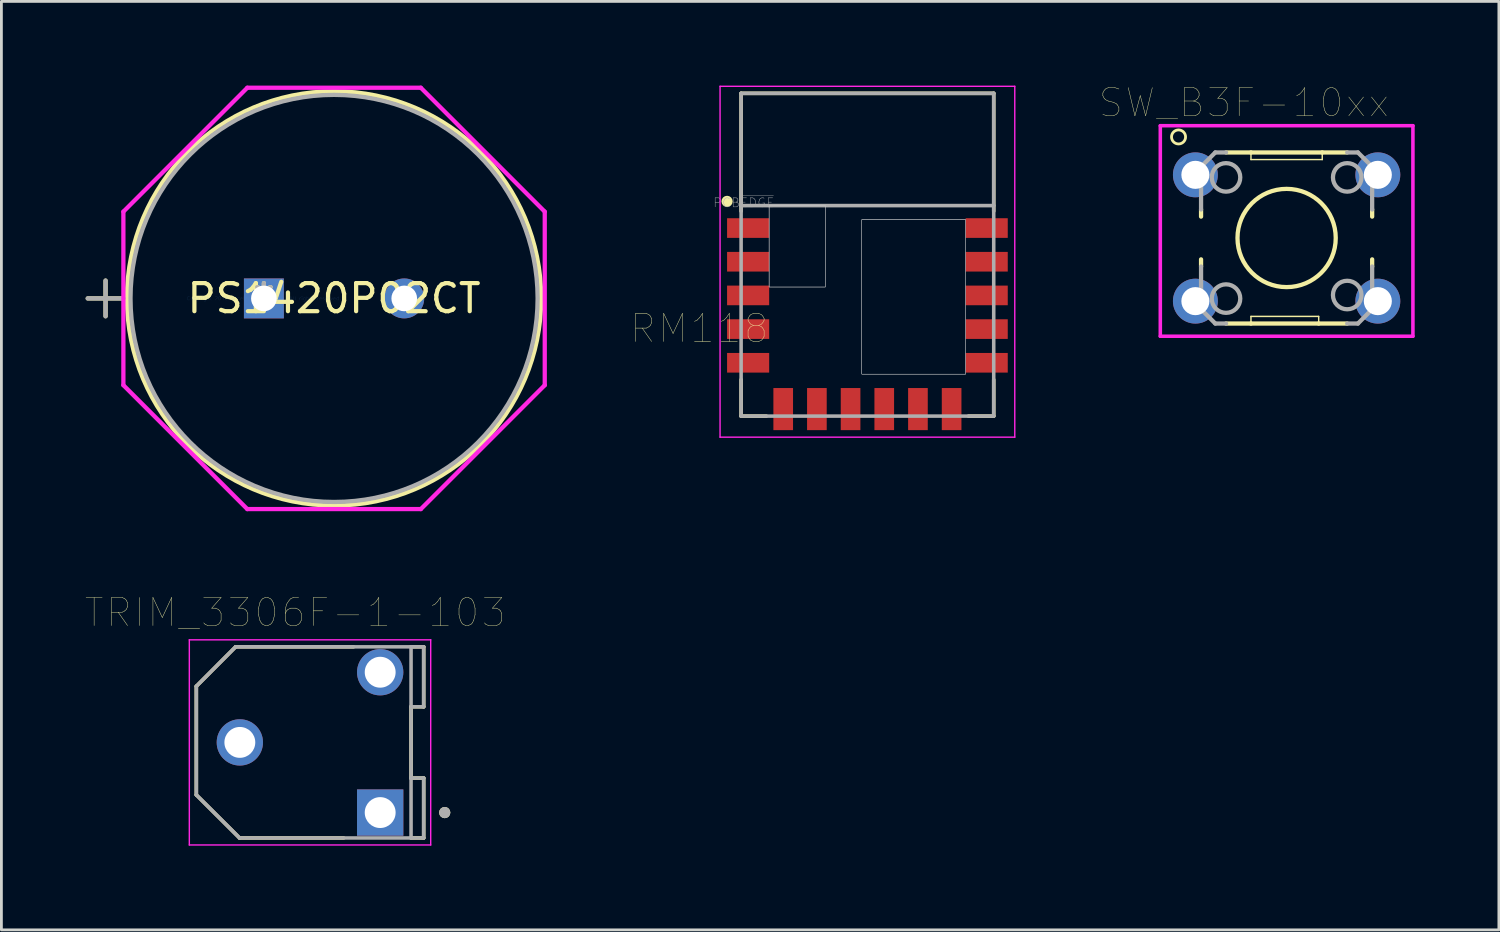
<source format=kicad_pcb>
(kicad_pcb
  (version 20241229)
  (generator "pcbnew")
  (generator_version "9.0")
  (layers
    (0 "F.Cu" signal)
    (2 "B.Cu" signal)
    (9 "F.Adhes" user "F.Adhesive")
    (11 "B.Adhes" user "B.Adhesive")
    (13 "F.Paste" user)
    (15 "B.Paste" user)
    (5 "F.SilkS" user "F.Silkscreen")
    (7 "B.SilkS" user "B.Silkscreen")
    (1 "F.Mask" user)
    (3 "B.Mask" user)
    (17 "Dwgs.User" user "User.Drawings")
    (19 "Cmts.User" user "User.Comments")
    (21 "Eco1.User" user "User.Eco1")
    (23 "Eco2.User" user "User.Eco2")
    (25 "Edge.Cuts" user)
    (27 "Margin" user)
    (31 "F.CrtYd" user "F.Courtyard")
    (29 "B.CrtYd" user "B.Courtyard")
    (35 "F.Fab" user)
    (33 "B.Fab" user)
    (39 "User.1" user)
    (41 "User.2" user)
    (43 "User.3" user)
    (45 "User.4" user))
  (footprint "TRIM_3306F-1-103"
    (layer "F.Cu")
    (at 7.995 23.4)
    (property "Reference" "TRIM_3306F-1-103" (at -0.525 -4.625 0) (layer "F.SilkS") (effects (font (size 1 1) (thickness 0.015))))
    (attr through_hole)
    (fp_line (start -4.05 -2) (end -4.05 1.87) (stroke (width 0.127) (type solid)) (layer "F.SilkS"))
    (fp_line (start -4.05 1.87) (end -2.51 3.405) (stroke (width 0.127) (type solid)) (layer "F.SilkS"))
    (fp_line (start -2.65 -3.405) (end -4.05 -2) (stroke (width 0.127) (type solid)) (layer "F.SilkS"))
    (fp_line (start -2.51 3.405) (end 1.2 3.405) (stroke (width 0.127) (type solid)) (layer "F.SilkS"))
    (fp_line (start 1.55 -3.405) (end -2.65 -3.405) (stroke (width 0.127) (type solid)) (layer "F.SilkS"))
    (fp_line (start 3.6 -3.405) (end 4.05 -3.405) (stroke (width 0.127) (type solid)) (layer "F.SilkS"))
    (fp_line (start 3.6 -1.27) (end 3.6 1.27) (stroke (width 0.127) (type solid)) (layer "F.SilkS"))
    (fp_line (start 3.6 1.27) (end 4.05 1.27) (stroke (width 0.127) (type solid)) (layer "F.SilkS"))
    (fp_line (start 3.6 1.28) (end 3.6 1.27) (stroke (width 0.127) (type solid)) (layer "F.SilkS"))
    (fp_line (start 4.05 -3.405) (end 4.05 -1.27) (stroke (width 0.127) (type solid)) (layer "F.SilkS"))
    (fp_line (start 4.05 -1.27) (end 3.6 -1.27) (stroke (width 0.127) (type solid)) (layer "F.SilkS"))
    (fp_line (start 4.05 1.27) (end 4.05 3.405) (stroke (width 0.127) (type solid)) (layer "F.SilkS"))
    (fp_line (start 4.05 3.405) (end 3.6 3.405) (stroke (width 0.127) (type solid)) (layer "F.SilkS"))
    (fp_circle (center 4.8 2.5) (end 4.9 2.5) (stroke (width 0.2) (type solid)) (fill no) (layer "F.SilkS"))
    (fp_line (start -4.3 -3.655) (end 4.3 -3.655) (stroke (width 0.05) (type solid)) (layer "F.CrtYd"))
    (fp_line (start -4.3 3.655) (end -4.3 -3.655) (stroke (width 0.05) (type solid)) (layer "F.CrtYd"))
    (fp_line (start 4.3 -3.655) (end 4.3 3.655) (stroke (width 0.05) (type solid)) (layer "F.CrtYd"))
    (fp_line (start 4.3 3.655) (end -4.3 3.655) (stroke (width 0.05) (type solid)) (layer "F.CrtYd"))
    (fp_line (start -4.05 -2) (end -4.05 1.87) (stroke (width 0.127) (type solid)) (layer "F.Fab"))
    (fp_line (start -4.05 1.87) (end -2.51 3.405) (stroke (width 0.127) (type solid)) (layer "F.Fab"))
    (fp_line (start -2.65 -3.405) (end -4.05 -2) (stroke (width 0.127) (type solid)) (layer "F.Fab"))
    (fp_line (start -2.51 3.405) (end 3.6 3.405) (stroke (width 0.127) (type solid)) (layer "F.Fab"))
    (fp_line (start 3.6 -3.405) (end -2.65 -3.405) (stroke (width 0.127) (type solid)) (layer "F.Fab"))
    (fp_line (start 3.6 -3.405) (end 4.05 -3.405) (stroke (width 0.127) (type solid)) (layer "F.Fab"))
    (fp_line (start 3.6 -1.27) (end 3.6 -3.405) (stroke (width 0.127) (type solid)) (layer "F.Fab"))
    (fp_line (start 3.6 1.27) (end 3.6 -1.27) (stroke (width 0.127) (type solid)) (layer "F.Fab"))
    (fp_line (start 3.6 1.27) (end 4.05 1.27) (stroke (width 0.127) (type solid)) (layer "F.Fab"))
    (fp_line (start 3.6 3.405) (end 3.6 1.27) (stroke (width 0.127) (type solid)) (layer "F.Fab"))
    (fp_line (start 4.05 -3.405) (end 4.05 -1.27) (stroke (width 0.127) (type solid)) (layer "F.Fab"))
    (fp_line (start 4.05 -1.27) (end 3.6 -1.27) (stroke (width 0.127) (type solid)) (layer "F.Fab"))
    (fp_line (start 4.05 1.27) (end 4.05 3.405) (stroke (width 0.127) (type solid)) (layer "F.Fab"))
    (fp_line (start 4.05 3.405) (end 3.6 3.405) (stroke (width 0.127) (type solid)) (layer "F.Fab"))
    (fp_circle (center 4.8 2.5) (end 4.9 2.5) (stroke (width 0.2) (type solid)) (fill no) (layer "F.Fab"))
    (pad "1" thru_hole rect (at 2.5 2.5) (size 1.65 1.65) (drill 1.1) (layers "*.Cu" "*.Mask"))
    (pad "2" thru_hole circle (at -2.5 0) (size 1.65 1.65) (drill 1.1) (layers "*.Cu" "*.Mask"))
    (pad "3" thru_hole circle (at 2.5 -2.5) (size 1.65 1.65) (drill 1.1) (layers "*.Cu" "*.Mask")))
  (footprint "SW_B3F-10xx"
    (layer "F.Cu")
    (at 42.789 5.429)
    (property "Reference" "SW_B3F-10xx" (at -1.523 -4.818 0) (layer "F.SilkS") (effects (font (size 1 1) (thickness 0.015))))
    (attr through_hole)
    (fp_line (start -3.048 -0.762) (end -3.048 -1.016) (stroke (width 0.152) (type solid)) (layer "F.SilkS"))
    (fp_line (start -3.048 0.762) (end -3.048 1.016) (stroke (width 0.152) (type solid)) (layer "F.SilkS"))
    (fp_line (start -2.159 3.048) (end -1.27 3.048) (stroke (width 0.152) (type solid)) (layer "F.SilkS"))
    (fp_line (start -1.27 -3.048) (end -2.159 -3.048) (stroke (width 0.152) (type solid)) (layer "F.SilkS"))
    (fp_line (start -1.27 -3.048) (end -1.27 -2.794) (stroke (width 0.051) (type solid)) (layer "F.SilkS"))
    (fp_line (start -1.27 2.794) (end -1.27 3.048) (stroke (width 0.051) (type solid)) (layer "F.SilkS"))
    (fp_line (start -1.27 3.048) (end 1.143 3.048) (stroke (width 0.152) (type solid)) (layer "F.SilkS"))
    (fp_line (start 1.143 2.794) (end -1.27 2.794) (stroke (width 0.051) (type solid)) (layer "F.SilkS"))
    (fp_line (start 1.143 2.794) (end 1.143 3.048) (stroke (width 0.051) (type solid)) (layer "F.SilkS"))
    (fp_line (start 1.143 3.048) (end 2.159 3.048) (stroke (width 0.152) (type solid)) (layer "F.SilkS"))
    (fp_line (start 1.27 -3.048) (end -1.27 -3.048) (stroke (width 0.152) (type solid)) (layer "F.SilkS"))
    (fp_line (start 1.27 -2.794) (end -1.27 -2.794) (stroke (width 0.051) (type solid)) (layer "F.SilkS"))
    (fp_line (start 1.27 -2.794) (end 1.27 -3.048) (stroke (width 0.051) (type solid)) (layer "F.SilkS"))
    (fp_line (start 2.159 -3.048) (end 1.27 -3.048) (stroke (width 0.152) (type solid)) (layer "F.SilkS"))
    (fp_line (start 3.048 -0.762) (end 3.048 -1.016) (stroke (width 0.152) (type solid)) (layer "F.SilkS"))
    (fp_line (start 3.048 0.762) (end 3.048 1.016) (stroke (width 0.152) (type solid)) (layer "F.SilkS"))
    (fp_circle (center -3.85 -3.6) (end -3.6 -3.6) (stroke (width 0.1) (type solid)) (fill no) (layer "F.SilkS"))
    (fp_circle (center 0 0) (end 1.75 0) (stroke (width 0.152) (type solid)) (fill no) (layer "F.SilkS"))
    (fp_line (start -4.5 -4) (end 4.5 -4) (stroke (width 0.127) (type solid)) (layer "F.CrtYd"))
    (fp_line (start -4.5 3.5) (end -4.5 -4) (stroke (width 0.127) (type solid)) (layer "F.CrtYd"))
    (fp_line (start 4.5 -4) (end 4.5 3.5) (stroke (width 0.127) (type solid)) (layer "F.CrtYd"))
    (fp_line (start 4.5 3.5) (end -4.5 3.5) (stroke (width 0.127) (type solid)) (layer "F.CrtYd"))
    (fp_line (start -3.048 -2.54) (end -3.048 -1.016) (stroke (width 0.152) (type solid)) (layer "F.Fab"))
    (fp_line (start -3.048 2.54) (end -3.048 1.016) (stroke (width 0.152) (type solid)) (layer "F.Fab"))
    (fp_line (start -2.54 -3.048) (end -3.048 -2.54) (stroke (width 0.152) (type solid)) (layer "F.Fab"))
    (fp_line (start -2.54 -3.048) (end -2.159 -3.048) (stroke (width 0.152) (type solid)) (layer "F.Fab"))
    (fp_line (start -2.54 3.048) (end -3.048 2.54) (stroke (width 0.152) (type solid)) (layer "F.Fab"))
    (fp_line (start -2.54 3.048) (end -2.159 3.048) (stroke (width 0.152) (type solid)) (layer "F.Fab"))
    (fp_line (start 2.54 -3.048) (end 2.159 -3.048) (stroke (width 0.152) (type solid)) (layer "F.Fab"))
    (fp_line (start 2.54 3.048) (end 2.159 3.048) (stroke (width 0.152) (type solid)) (layer "F.Fab"))
    (fp_line (start 2.54 3.048) (end 3.048 2.54) (stroke (width 0.152) (type solid)) (layer "F.Fab"))
    (fp_line (start 3.048 -2.54) (end 2.54 -3.048) (stroke (width 0.152) (type solid)) (layer "F.Fab"))
    (fp_line (start 3.048 -1.016) (end 3.048 -2.54) (stroke (width 0.152) (type solid)) (layer "F.Fab"))
    (fp_line (start 3.048 2.54) (end 3.048 1.016) (stroke (width 0.152) (type solid)) (layer "F.Fab"))
    (fp_circle (center -2.159 -2.159) (end -1.651 -2.159) (stroke (width 0.152) (type solid)) (fill no) (layer "F.Fab"))
    (fp_circle (center -2.159 2.159) (end -1.651 2.159) (stroke (width 0.152) (type solid)) (fill no) (layer "F.Fab"))
    (fp_circle (center 2.159 -2.159) (end 2.667 -2.159) (stroke (width 0.152) (type solid)) (fill no) (layer "F.Fab"))
    (fp_circle (center 2.159 2.032) (end 2.667 2.032) (stroke (width 0.152) (type solid)) (fill no) (layer "F.Fab"))
    (pad "1" thru_hole circle (at -3.25 -2.25) (size 1.6 1.6) (drill 1) (layers "*.Cu" "*.Mask"))
    (pad "2" thru_hole circle (at 3.25 -2.25) (size 1.6 1.6) (drill 1) (layers "*.Cu" "*.Mask"))
    (pad "3" thru_hole circle (at -3.25 2.25) (size 1.6 1.6) (drill 1) (layers "*.Cu" "*.Mask"))
    (pad "4" thru_hole circle (at 3.25 2.25) (size 1.6 1.6) (drill 1) (layers "*.Cu" "*.Mask")))
  (footprint "PS1420P02CT"
    (layer "F.Cu")
    (at 6.352 7.582)
    (property "Reference" "PS1420P02CT" (at 2.5 0 0) (layer "F.SilkS") (effects (font (size 1 1) (thickness 0.15))))
    (attr through_hole)
    (fp_line (start -6.276 0) (end -5.006 0) (stroke (width 0.152) (type solid)) (layer "F.SilkS"))
    (fp_line (start -5.641 -0.635) (end -5.641 0.635) (stroke (width 0.152) (type solid)) (layer "F.SilkS"))
    (fp_circle (center 2.5 0) (end 9.879 0) (stroke (width 0.152) (type solid)) (fill no) (layer "F.SilkS"))
    (fp_line (start -5.006 -3.091) (end -0.591 -7.506) (stroke (width 0.152) (type solid)) (layer "F.CrtYd"))
    (fp_line (start -5.006 3.091) (end -5.006 -3.091) (stroke (width 0.152) (type solid)) (layer "F.CrtYd"))
    (fp_line (start -0.591 -7.506) (end 5.591 -7.506) (stroke (width 0.152) (type solid)) (layer "F.CrtYd"))
    (fp_line (start -0.591 7.506) (end -5.006 3.091) (stroke (width 0.152) (type solid)) (layer "F.CrtYd"))
    (fp_line (start 5.591 -7.506) (end 10.006 -3.091) (stroke (width 0.152) (type solid)) (layer "F.CrtYd"))
    (fp_line (start 5.591 7.506) (end -0.591 7.506) (stroke (width 0.152) (type solid)) (layer "F.CrtYd"))
    (fp_line (start 10.006 -3.091) (end 10.006 3.091) (stroke (width 0.152) (type solid)) (layer "F.CrtYd"))
    (fp_line (start 10.006 3.091) (end 5.591 7.506) (stroke (width 0.152) (type solid)) (layer "F.CrtYd"))
    (fp_line (start -6.276 0) (end -5.006 0) (stroke (width 0.152) (type solid)) (layer "F.Fab"))
    (fp_line (start -5.641 -0.635) (end -5.641 0.635) (stroke (width 0.152) (type solid)) (layer "F.Fab"))
    (fp_circle (center 2.5 0) (end 9.752 0) (stroke (width 0.152) (type solid)) (fill no) (layer "F.Fab"))
    (fp_text user "*" (at 0 0 0) (layer "F.SilkS") (effects (font (size 1 1) (thickness 0.15))))
    (fp_text user "Copyright 2016 Accelerated Designs. All rights reserved." (at 0 0 0) (layer "Cmts.User") (effects (font (size 0.127 0.127) (thickness 0.002))))
    (fp_text user "*" (at 0 0 0) (layer "F.Fab") (effects (font (size 1 1) (thickness 0.15))))
    (pad "1" thru_hole rect (at 0 0) (size 1.422 1.422) (drill 0.914) (layers "*.Cu" "*.Mask"))
    (pad "2" thru_hole circle (at 5 0) (size 1.422 1.422) (drill 0.914) (layers "*.Cu" "*.Mask")))
  (footprint "RM118"
    (layer "F.Cu")
    (at 27.854 6.025)
    (property "Reference" "RM118" (at -5.994 2.629 180) (layer "F.SilkS") (effects (font (size 1.002 1.002) (thickness 0.015))))
    (attr through_hole)
    (fp_line (start -4.5 -5.75) (end -4.5 -1.55) (stroke (width 0.127) (type solid)) (layer "F.SilkS"))
    (fp_line (start -4.5 4.45) (end -4.5 5.75) (stroke (width 0.127) (type solid)) (layer "F.SilkS"))
    (fp_line (start -4.5 5.75) (end -3.6 5.75) (stroke (width 0.127) (type solid)) (layer "F.SilkS"))
    (fp_line (start 3.6 5.75) (end 4.5 5.75) (stroke (width 0.127) (type solid)) (layer "F.SilkS"))
    (fp_line (start 4.5 -5.75) (end -4.5 -5.75) (stroke (width 0.127) (type solid)) (layer "F.SilkS"))
    (fp_line (start 4.5 -5.75) (end 4.5 -1.55) (stroke (width 0.127) (type solid)) (layer "F.SilkS"))
    (fp_line (start 4.5 5.75) (end 4.5 4.45) (stroke (width 0.127) (type solid)) (layer "F.SilkS"))
    (fp_circle (center -5 -1.9) (end -4.9 -1.9) (stroke (width 0.2) (type solid)) (fill no) (layer "F.SilkS"))
    (fp_poly (pts (xy -3.507 -1.75) (xy -1.5 -1.75) (xy -1.5 1.152) (xy -3.507 1.152)) (stroke (width 0.01) (type solid)) (fill no) (layer "Dwgs.User"))
    (fp_poly (pts (xy -3.502 -1.75) (xy -1.5 -1.75) (xy -1.5 1.151) (xy -3.502 1.151)) (stroke (width 0.01) (type solid)) (fill no) (layer "Dwgs.User"))
    (fp_poly (pts (xy -3.501 -1.75) (xy -1.5 -1.75) (xy -1.5 1.15) (xy -3.501 1.15)) (stroke (width 0.01) (type solid)) (fill no) (layer "Dwgs.User"))
    (fp_poly (pts (xy -0.2 -1.25) (xy 3.5 -1.25) (xy 3.5 4.256) (xy -0.2 4.256)) (stroke (width 0.01) (type solid)) (fill no) (layer "Dwgs.User"))
    (fp_poly (pts (xy -0.2 -1.25) (xy 3.5 -1.25) (xy 3.5 4.254) (xy -0.2 4.254)) (stroke (width 0.01) (type solid)) (fill no) (layer "Dwgs.User"))
    (fp_poly (pts (xy -0.2 -1.25) (xy 3.5 -1.25) (xy 3.5 4.252) (xy -0.2 4.252)) (stroke (width 0.01) (type solid)) (fill no) (layer "Dwgs.User"))
    (fp_line (start -5.25 -6) (end 5.25 -6) (stroke (width 0.05) (type solid)) (layer "F.CrtYd"))
    (fp_line (start -5.25 6.5) (end -5.25 -6) (stroke (width 0.05) (type solid)) (layer "F.CrtYd"))
    (fp_line (start 5.25 -6) (end 5.25 6.5) (stroke (width 0.05) (type solid)) (layer "F.CrtYd"))
    (fp_line (start 5.25 6.5) (end -5.25 6.5) (stroke (width 0.05) (type solid)) (layer "F.CrtYd"))
    (fp_line (start -4.5 -5.75) (end -4.5 -1.75) (stroke (width 0.127) (type solid)) (layer "F.Fab"))
    (fp_line (start -4.5 -1.75) (end -4.5 5.75) (stroke (width 0.127) (type solid)) (layer "F.Fab"))
    (fp_line (start -4.5 -1.75) (end 4.5 -1.75) (stroke (width 0.127) (type solid)) (layer "F.Fab"))
    (fp_line (start -4.5 5.75) (end 4.5 5.75) (stroke (width 0.127) (type solid)) (layer "F.Fab"))
    (fp_line (start 4.5 -5.75) (end -4.5 -5.75) (stroke (width 0.127) (type solid)) (layer "F.Fab"))
    (fp_line (start 4.5 -1.75) (end 4.5 -5.75) (stroke (width 0.127) (type solid)) (layer "F.Fab"))
    (fp_line (start 4.5 5.75) (end 4.5 -1.75) (stroke (width 0.127) (type solid)) (layer "F.Fab"))
    (fp_text user "PCB~{EDGE}" (at -4.408 -1.853 0) (layer "F.Fab") (effects (font (size 0.321 0.321) (thickness 0.015))))
    (pad "1" smd rect (at -4.25 -0.95) (size 1.5 0.7) (layers "F.Cu" "F.Mask" "F.Paste"))
    (pad "2" smd rect (at -4.25 0.25) (size 1.5 0.7) (layers "F.Cu" "F.Mask" "F.Paste"))
    (pad "3" smd rect (at -4.25 1.45) (size 1.5 0.7) (layers "F.Cu" "F.Mask" "F.Paste"))
    (pad "4" smd rect (at -4.25 2.65) (size 1.5 0.7) (layers "F.Cu" "F.Mask" "F.Paste"))
    (pad "5" smd rect (at -4.25 3.85) (size 1.5 0.7) (layers "F.Cu" "F.Mask" "F.Paste"))
    (pad "6" smd rect (at -3 5.5) (size 0.7 1.5) (layers "F.Cu" "F.Mask" "F.Paste"))
    (pad "7" smd rect (at -1.8 5.5) (size 0.7 1.5) (layers "F.Cu" "F.Mask" "F.Paste"))
    (pad "8" smd rect (at -0.6 5.5) (size 0.7 1.5) (layers "F.Cu" "F.Mask" "F.Paste"))
    (pad "9" smd rect (at 0.6 5.5) (size 0.7 1.5) (layers "F.Cu" "F.Mask" "F.Paste"))
    (pad "10" smd rect (at 1.8 5.5) (size 0.7 1.5) (layers "F.Cu" "F.Mask" "F.Paste"))
    (pad "11" smd rect (at 3 5.5) (size 0.7 1.5) (layers "F.Cu" "F.Mask" "F.Paste"))
    (pad "12" smd rect (at 4.25 3.85) (size 1.5 0.7) (layers "F.Cu" "F.Mask" "F.Paste"))
    (pad "13" smd rect (at 4.25 2.65) (size 1.5 0.7) (layers "F.Cu" "F.Mask" "F.Paste"))
    (pad "14" smd rect (at 4.25 1.45) (size 1.5 0.7) (layers "F.Cu" "F.Mask" "F.Paste"))
    (pad "15" smd rect (at 4.25 0.25) (size 1.5 0.7) (layers "F.Cu" "F.Mask" "F.Paste"))
    (pad "16" smd rect (at 4.25 -0.95) (size 1.5 0.7) (layers "F.Cu" "F.Mask" "F.Paste")))
  (gr_rect
    (start -3 -3)
    (end 50.352 30.08)
    (stroke (width 0.1) (type default))
    (fill no)
    (layer "Edge.Cuts")))
</source>
